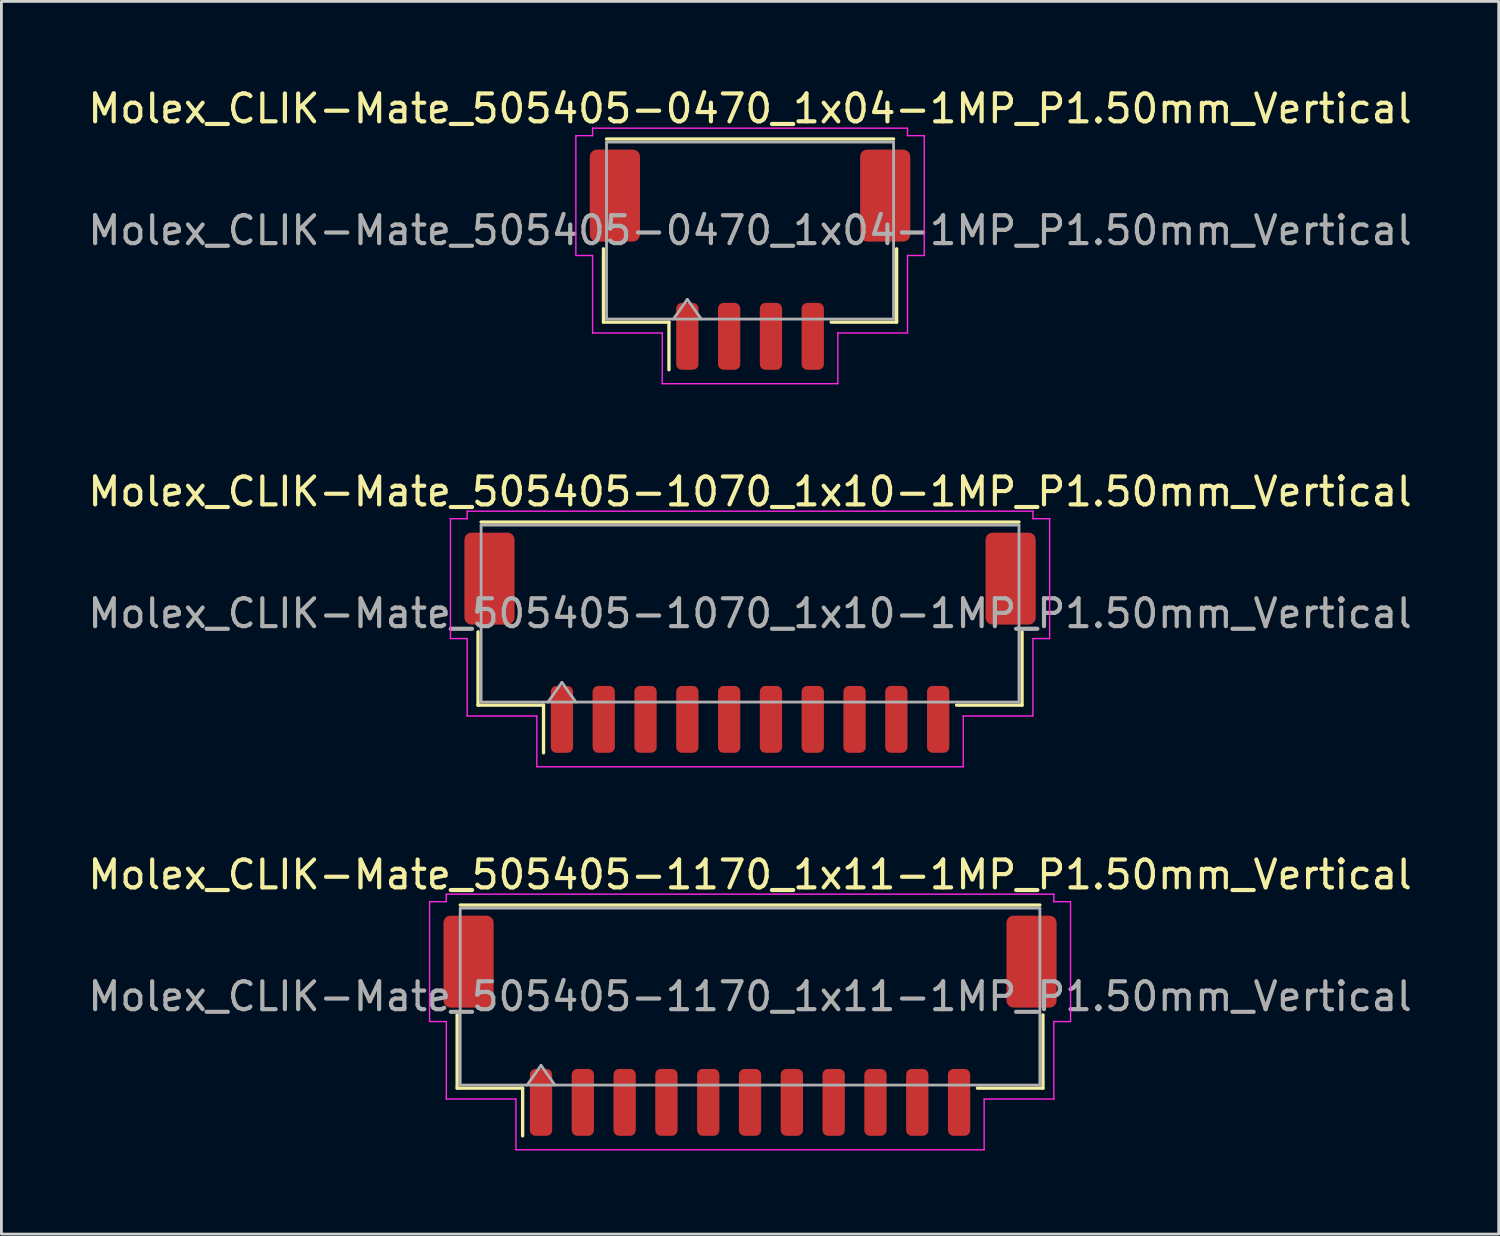
<source format=kicad_pcb>
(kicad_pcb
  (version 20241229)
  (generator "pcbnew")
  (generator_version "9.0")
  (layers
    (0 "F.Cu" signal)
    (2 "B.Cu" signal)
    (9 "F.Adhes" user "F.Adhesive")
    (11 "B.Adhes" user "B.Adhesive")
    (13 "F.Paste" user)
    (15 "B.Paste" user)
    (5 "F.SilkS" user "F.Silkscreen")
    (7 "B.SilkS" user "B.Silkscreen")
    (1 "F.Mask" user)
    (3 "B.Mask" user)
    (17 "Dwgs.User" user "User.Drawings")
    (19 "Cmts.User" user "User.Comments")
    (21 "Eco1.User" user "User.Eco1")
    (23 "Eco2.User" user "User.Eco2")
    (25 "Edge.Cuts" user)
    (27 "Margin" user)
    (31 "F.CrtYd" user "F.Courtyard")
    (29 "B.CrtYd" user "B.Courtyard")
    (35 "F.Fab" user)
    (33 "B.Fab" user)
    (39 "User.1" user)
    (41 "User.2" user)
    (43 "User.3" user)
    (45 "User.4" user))
  (footprint "Molex_CLIK-Mate_505405-0470_1x04-1MP_P1.50mm_Vertical"
    (layer "F.Cu")
    (at 23.863 6.268)
    (property "Reference" "Molex_CLIK-Mate_505405-0470_1x04-1MP_P1.50mm_Vertical" (at 0 -5.42 0) (layer "F.SilkS") (effects (font (size 1 1) (thickness 0.15))))
    (attr smd)
    (fp_line (start -5.26 -0.39) (end -5.26 2.24) (stroke (width 0.12) (type solid)) (layer "F.SilkS"))
    (fp_line (start -5.26 2.24) (end -2.91 2.24) (stroke (width 0.12) (type solid)) (layer "F.SilkS"))
    (fp_line (start -5.15 -4.33) (end 5.15 -4.33) (stroke (width 0.12) (type solid)) (layer "F.SilkS"))
    (fp_line (start -2.91 2.24) (end -2.91 3.95) (stroke (width 0.12) (type solid)) (layer "F.SilkS"))
    (fp_line (start 5.26 -0.39) (end 5.26 2.24) (stroke (width 0.12) (type solid)) (layer "F.SilkS"))
    (fp_line (start 5.26 2.24) (end 2.91 2.24) (stroke (width 0.12) (type solid)) (layer "F.SilkS"))
    (fp_line (start -6.25 -4.45) (end -5.65 -4.45) (stroke (width 0.05) (type solid)) (layer "F.CrtYd"))
    (fp_line (start -6.25 -0.15) (end -6.25 -4.45) (stroke (width 0.05) (type solid)) (layer "F.CrtYd"))
    (fp_line (start -5.65 -4.72) (end 5.65 -4.72) (stroke (width 0.05) (type solid)) (layer "F.CrtYd"))
    (fp_line (start -5.65 -4.45) (end -5.65 -4.72) (stroke (width 0.05) (type solid)) (layer "F.CrtYd"))
    (fp_line (start -5.65 -0.15) (end -6.25 -0.15) (stroke (width 0.05) (type solid)) (layer "F.CrtYd"))
    (fp_line (start -5.65 2.63) (end -5.65 -0.15) (stroke (width 0.05) (type solid)) (layer "F.CrtYd"))
    (fp_line (start -3.15 2.63) (end -5.65 2.63) (stroke (width 0.05) (type solid)) (layer "F.CrtYd"))
    (fp_line (start -3.15 4.45) (end -3.15 2.63) (stroke (width 0.05) (type solid)) (layer "F.CrtYd"))
    (fp_line (start 3.15 2.63) (end 3.15 4.45) (stroke (width 0.05) (type solid)) (layer "F.CrtYd"))
    (fp_line (start 3.15 4.45) (end -3.15 4.45) (stroke (width 0.05) (type solid)) (layer "F.CrtYd"))
    (fp_line (start 5.65 -4.72) (end 5.65 -4.45) (stroke (width 0.05) (type solid)) (layer "F.CrtYd"))
    (fp_line (start 5.65 -4.45) (end 6.25 -4.45) (stroke (width 0.05) (type solid)) (layer "F.CrtYd"))
    (fp_line (start 5.65 -0.15) (end 5.65 2.63) (stroke (width 0.05) (type solid)) (layer "F.CrtYd"))
    (fp_line (start 5.65 2.63) (end 3.15 2.63) (stroke (width 0.05) (type solid)) (layer "F.CrtYd"))
    (fp_line (start 6.25 -4.45) (end 6.25 -0.15) (stroke (width 0.05) (type solid)) (layer "F.CrtYd"))
    (fp_line (start 6.25 -0.15) (end 5.65 -0.15) (stroke (width 0.05) (type solid)) (layer "F.CrtYd"))
    (fp_line (start -5.15 -4.22) (end 5.15 -4.22) (stroke (width 0.1) (type solid)) (layer "F.Fab"))
    (fp_line (start -5.15 2.13) (end -5.15 -4.22) (stroke (width 0.1) (type solid)) (layer "F.Fab"))
    (fp_line (start -5.15 2.13) (end 5.15 2.13) (stroke (width 0.1) (type solid)) (layer "F.Fab"))
    (fp_line (start -2.75 2.13) (end -2.25 1.423) (stroke (width 0.1) (type solid)) (layer "F.Fab"))
    (fp_line (start -2.25 1.423) (end -1.75 2.13) (stroke (width 0.1) (type solid)) (layer "F.Fab"))
    (fp_line (start 5.15 2.13) (end 5.15 -4.22) (stroke (width 0.1) (type solid)) (layer "F.Fab"))
    (fp_text user "${REFERENCE}" (at 0 -1.05 0) (layer "F.Fab") (effects (font (size 1 1) (thickness 0.15))))
    (pad "1" smd roundrect (at -2.25 2.75) (size 0.8 2.4) (layers "F.Cu" "F.Mask" "F.Paste") (roundrect_rratio 0.25))
    (pad "2" smd roundrect (at -0.75 2.75) (size 0.8 2.4) (layers "F.Cu" "F.Mask" "F.Paste") (roundrect_rratio 0.25))
    (pad "3" smd roundrect (at 0.75 2.75) (size 0.8 2.4) (layers "F.Cu" "F.Mask" "F.Paste") (roundrect_rratio 0.25))
    (pad "4" smd roundrect (at 2.25 2.75) (size 0.8 2.4) (layers "F.Cu" "F.Mask" "F.Paste") (roundrect_rratio 0.25))
    (pad "MP" smd roundrect (at -4.85 -2.3) (size 1.8 3.3) (layers "F.Cu" "F.Mask" "F.Paste") (roundrect_rratio 0.139))
    (pad "MP" smd roundrect (at 4.85 -2.3) (size 1.8 3.3) (layers "F.Cu" "F.Mask" "F.Paste") (roundrect_rratio 0.139)))
  (footprint "Molex_CLIK-Mate_505405-1170_1x11-1MP_P1.50mm_Vertical"
    (layer "F.Cu")
    (at 23.863 33.755)
    (property "Reference" "Molex_CLIK-Mate_505405-1170_1x11-1MP_P1.50mm_Vertical" (at 0 -5.42 0) (layer "F.SilkS") (effects (font (size 1 1) (thickness 0.15))))
    (attr smd)
    (fp_line (start -10.51 -0.39) (end -10.51 2.24) (stroke (width 0.12) (type solid)) (layer "F.SilkS"))
    (fp_line (start -10.51 2.24) (end -8.16 2.24) (stroke (width 0.12) (type solid)) (layer "F.SilkS"))
    (fp_line (start -10.4 -4.33) (end 10.4 -4.33) (stroke (width 0.12) (type solid)) (layer "F.SilkS"))
    (fp_line (start -8.16 2.24) (end -8.16 3.95) (stroke (width 0.12) (type solid)) (layer "F.SilkS"))
    (fp_line (start 10.51 -0.39) (end 10.51 2.24) (stroke (width 0.12) (type solid)) (layer "F.SilkS"))
    (fp_line (start 10.51 2.24) (end 8.16 2.24) (stroke (width 0.12) (type solid)) (layer "F.SilkS"))
    (fp_line (start -11.5 -4.45) (end -10.9 -4.45) (stroke (width 0.05) (type solid)) (layer "F.CrtYd"))
    (fp_line (start -11.5 -0.15) (end -11.5 -4.45) (stroke (width 0.05) (type solid)) (layer "F.CrtYd"))
    (fp_line (start -10.9 -4.72) (end 10.9 -4.72) (stroke (width 0.05) (type solid)) (layer "F.CrtYd"))
    (fp_line (start -10.9 -4.45) (end -10.9 -4.72) (stroke (width 0.05) (type solid)) (layer "F.CrtYd"))
    (fp_line (start -10.9 -0.15) (end -11.5 -0.15) (stroke (width 0.05) (type solid)) (layer "F.CrtYd"))
    (fp_line (start -10.9 2.63) (end -10.9 -0.15) (stroke (width 0.05) (type solid)) (layer "F.CrtYd"))
    (fp_line (start -8.4 2.63) (end -10.9 2.63) (stroke (width 0.05) (type solid)) (layer "F.CrtYd"))
    (fp_line (start -8.4 4.45) (end -8.4 2.63) (stroke (width 0.05) (type solid)) (layer "F.CrtYd"))
    (fp_line (start 8.4 2.63) (end 8.4 4.45) (stroke (width 0.05) (type solid)) (layer "F.CrtYd"))
    (fp_line (start 8.4 4.45) (end -8.4 4.45) (stroke (width 0.05) (type solid)) (layer "F.CrtYd"))
    (fp_line (start 10.9 -4.72) (end 10.9 -4.45) (stroke (width 0.05) (type solid)) (layer "F.CrtYd"))
    (fp_line (start 10.9 -4.45) (end 11.5 -4.45) (stroke (width 0.05) (type solid)) (layer "F.CrtYd"))
    (fp_line (start 10.9 -0.15) (end 10.9 2.63) (stroke (width 0.05) (type solid)) (layer "F.CrtYd"))
    (fp_line (start 10.9 2.63) (end 8.4 2.63) (stroke (width 0.05) (type solid)) (layer "F.CrtYd"))
    (fp_line (start 11.5 -4.45) (end 11.5 -0.15) (stroke (width 0.05) (type solid)) (layer "F.CrtYd"))
    (fp_line (start 11.5 -0.15) (end 10.9 -0.15) (stroke (width 0.05) (type solid)) (layer "F.CrtYd"))
    (fp_line (start -10.4 -4.22) (end 10.4 -4.22) (stroke (width 0.1) (type solid)) (layer "F.Fab"))
    (fp_line (start -10.4 2.13) (end -10.4 -4.22) (stroke (width 0.1) (type solid)) (layer "F.Fab"))
    (fp_line (start -10.4 2.13) (end 10.4 2.13) (stroke (width 0.1) (type solid)) (layer "F.Fab"))
    (fp_line (start -8 2.13) (end -7.5 1.423) (stroke (width 0.1) (type solid)) (layer "F.Fab"))
    (fp_line (start -7.5 1.423) (end -7 2.13) (stroke (width 0.1) (type solid)) (layer "F.Fab"))
    (fp_line (start 10.4 2.13) (end 10.4 -4.22) (stroke (width 0.1) (type solid)) (layer "F.Fab"))
    (fp_text user "${REFERENCE}" (at 0 -1.05 0) (layer "F.Fab") (effects (font (size 1 1) (thickness 0.15))))
    (pad "1" smd roundrect (at -7.5 2.75) (size 0.8 2.4) (layers "F.Cu" "F.Mask" "F.Paste") (roundrect_rratio 0.25))
    (pad "2" smd roundrect (at -6 2.75) (size 0.8 2.4) (layers "F.Cu" "F.Mask" "F.Paste") (roundrect_rratio 0.25))
    (pad "3" smd roundrect (at -4.5 2.75) (size 0.8 2.4) (layers "F.Cu" "F.Mask" "F.Paste") (roundrect_rratio 0.25))
    (pad "4" smd roundrect (at -3 2.75) (size 0.8 2.4) (layers "F.Cu" "F.Mask" "F.Paste") (roundrect_rratio 0.25))
    (pad "5" smd roundrect (at -1.5 2.75) (size 0.8 2.4) (layers "F.Cu" "F.Mask" "F.Paste") (roundrect_rratio 0.25))
    (pad "6" smd roundrect (at 0 2.75) (size 0.8 2.4) (layers "F.Cu" "F.Mask" "F.Paste") (roundrect_rratio 0.25))
    (pad "7" smd roundrect (at 1.5 2.75) (size 0.8 2.4) (layers "F.Cu" "F.Mask" "F.Paste") (roundrect_rratio 0.25))
    (pad "8" smd roundrect (at 3 2.75) (size 0.8 2.4) (layers "F.Cu" "F.Mask" "F.Paste") (roundrect_rratio 0.25))
    (pad "9" smd roundrect (at 4.5 2.75) (size 0.8 2.4) (layers "F.Cu" "F.Mask" "F.Paste") (roundrect_rratio 0.25))
    (pad "10" smd roundrect (at 6 2.75) (size 0.8 2.4) (layers "F.Cu" "F.Mask" "F.Paste") (roundrect_rratio 0.25))
    (pad "11" smd roundrect (at 7.5 2.75) (size 0.8 2.4) (layers "F.Cu" "F.Mask" "F.Paste") (roundrect_rratio 0.25))
    (pad "MP" smd roundrect (at -10.1 -2.3) (size 1.8 3.3) (layers "F.Cu" "F.Mask" "F.Paste") (roundrect_rratio 0.139))
    (pad "MP" smd roundrect (at 10.1 -2.3) (size 1.8 3.3) (layers "F.Cu" "F.Mask" "F.Paste") (roundrect_rratio 0.139)))
  (footprint "Molex_CLIK-Mate_505405-1070_1x10-1MP_P1.50mm_Vertical"
    (layer "F.Cu")
    (at 23.863 20.012)
    (property "Reference" "Molex_CLIK-Mate_505405-1070_1x10-1MP_P1.50mm_Vertical" (at 0 -5.42 0) (layer "F.SilkS") (effects (font (size 1 1) (thickness 0.15))))
    (attr smd)
    (fp_line (start -9.76 -0.39) (end -9.76 2.24) (stroke (width 0.12) (type solid)) (layer "F.SilkS"))
    (fp_line (start -9.76 2.24) (end -7.41 2.24) (stroke (width 0.12) (type solid)) (layer "F.SilkS"))
    (fp_line (start -9.65 -4.33) (end 9.65 -4.33) (stroke (width 0.12) (type solid)) (layer "F.SilkS"))
    (fp_line (start -7.41 2.24) (end -7.41 3.95) (stroke (width 0.12) (type solid)) (layer "F.SilkS"))
    (fp_line (start 9.76 -0.39) (end 9.76 2.24) (stroke (width 0.12) (type solid)) (layer "F.SilkS"))
    (fp_line (start 9.76 2.24) (end 7.41 2.24) (stroke (width 0.12) (type solid)) (layer "F.SilkS"))
    (fp_line (start -10.75 -4.45) (end -10.15 -4.45) (stroke (width 0.05) (type solid)) (layer "F.CrtYd"))
    (fp_line (start -10.75 -0.15) (end -10.75 -4.45) (stroke (width 0.05) (type solid)) (layer "F.CrtYd"))
    (fp_line (start -10.15 -4.72) (end 10.15 -4.72) (stroke (width 0.05) (type solid)) (layer "F.CrtYd"))
    (fp_line (start -10.15 -4.45) (end -10.15 -4.72) (stroke (width 0.05) (type solid)) (layer "F.CrtYd"))
    (fp_line (start -10.15 -0.15) (end -10.75 -0.15) (stroke (width 0.05) (type solid)) (layer "F.CrtYd"))
    (fp_line (start -10.15 2.63) (end -10.15 -0.15) (stroke (width 0.05) (type solid)) (layer "F.CrtYd"))
    (fp_line (start -7.65 2.63) (end -10.15 2.63) (stroke (width 0.05) (type solid)) (layer "F.CrtYd"))
    (fp_line (start -7.65 4.45) (end -7.65 2.63) (stroke (width 0.05) (type solid)) (layer "F.CrtYd"))
    (fp_line (start 7.65 2.63) (end 7.65 4.45) (stroke (width 0.05) (type solid)) (layer "F.CrtYd"))
    (fp_line (start 7.65 4.45) (end -7.65 4.45) (stroke (width 0.05) (type solid)) (layer "F.CrtYd"))
    (fp_line (start 10.15 -4.72) (end 10.15 -4.45) (stroke (width 0.05) (type solid)) (layer "F.CrtYd"))
    (fp_line (start 10.15 -4.45) (end 10.75 -4.45) (stroke (width 0.05) (type solid)) (layer "F.CrtYd"))
    (fp_line (start 10.15 -0.15) (end 10.15 2.63) (stroke (width 0.05) (type solid)) (layer "F.CrtYd"))
    (fp_line (start 10.15 2.63) (end 7.65 2.63) (stroke (width 0.05) (type solid)) (layer "F.CrtYd"))
    (fp_line (start 10.75 -4.45) (end 10.75 -0.15) (stroke (width 0.05) (type solid)) (layer "F.CrtYd"))
    (fp_line (start 10.75 -0.15) (end 10.15 -0.15) (stroke (width 0.05) (type solid)) (layer "F.CrtYd"))
    (fp_line (start -9.65 -4.22) (end 9.65 -4.22) (stroke (width 0.1) (type solid)) (layer "F.Fab"))
    (fp_line (start -9.65 2.13) (end -9.65 -4.22) (stroke (width 0.1) (type solid)) (layer "F.Fab"))
    (fp_line (start -9.65 2.13) (end 9.65 2.13) (stroke (width 0.1) (type solid)) (layer "F.Fab"))
    (fp_line (start -7.25 2.13) (end -6.75 1.423) (stroke (width 0.1) (type solid)) (layer "F.Fab"))
    (fp_line (start -6.75 1.423) (end -6.25 2.13) (stroke (width 0.1) (type solid)) (layer "F.Fab"))
    (fp_line (start 9.65 2.13) (end 9.65 -4.22) (stroke (width 0.1) (type solid)) (layer "F.Fab"))
    (fp_text user "${REFERENCE}" (at 0 -1.05 0) (layer "F.Fab") (effects (font (size 1 1) (thickness 0.15))))
    (pad "1" smd roundrect (at -6.75 2.75) (size 0.8 2.4) (layers "F.Cu" "F.Mask" "F.Paste") (roundrect_rratio 0.25))
    (pad "2" smd roundrect (at -5.25 2.75) (size 0.8 2.4) (layers "F.Cu" "F.Mask" "F.Paste") (roundrect_rratio 0.25))
    (pad "3" smd roundrect (at -3.75 2.75) (size 0.8 2.4) (layers "F.Cu" "F.Mask" "F.Paste") (roundrect_rratio 0.25))
    (pad "4" smd roundrect (at -2.25 2.75) (size 0.8 2.4) (layers "F.Cu" "F.Mask" "F.Paste") (roundrect_rratio 0.25))
    (pad "5" smd roundrect (at -0.75 2.75) (size 0.8 2.4) (layers "F.Cu" "F.Mask" "F.Paste") (roundrect_rratio 0.25))
    (pad "6" smd roundrect (at 0.75 2.75) (size 0.8 2.4) (layers "F.Cu" "F.Mask" "F.Paste") (roundrect_rratio 0.25))
    (pad "7" smd roundrect (at 2.25 2.75) (size 0.8 2.4) (layers "F.Cu" "F.Mask" "F.Paste") (roundrect_rratio 0.25))
    (pad "8" smd roundrect (at 3.75 2.75) (size 0.8 2.4) (layers "F.Cu" "F.Mask" "F.Paste") (roundrect_rratio 0.25))
    (pad "9" smd roundrect (at 5.25 2.75) (size 0.8 2.4) (layers "F.Cu" "F.Mask" "F.Paste") (roundrect_rratio 0.25))
    (pad "10" smd roundrect (at 6.75 2.75) (size 0.8 2.4) (layers "F.Cu" "F.Mask" "F.Paste") (roundrect_rratio 0.25))
    (pad "MP" smd roundrect (at -9.35 -2.3) (size 1.8 3.3) (layers "F.Cu" "F.Mask" "F.Paste") (roundrect_rratio 0.139))
    (pad "MP" smd roundrect (at 9.35 -2.3) (size 1.8 3.3) (layers "F.Cu" "F.Mask" "F.Paste") (roundrect_rratio 0.139)))
  (gr_rect
    (start -3 -3)
    (end 50.726 41.23)
    (stroke (width 0.1) (type default))
    (fill no)
    (layer "Edge.Cuts")))
</source>
